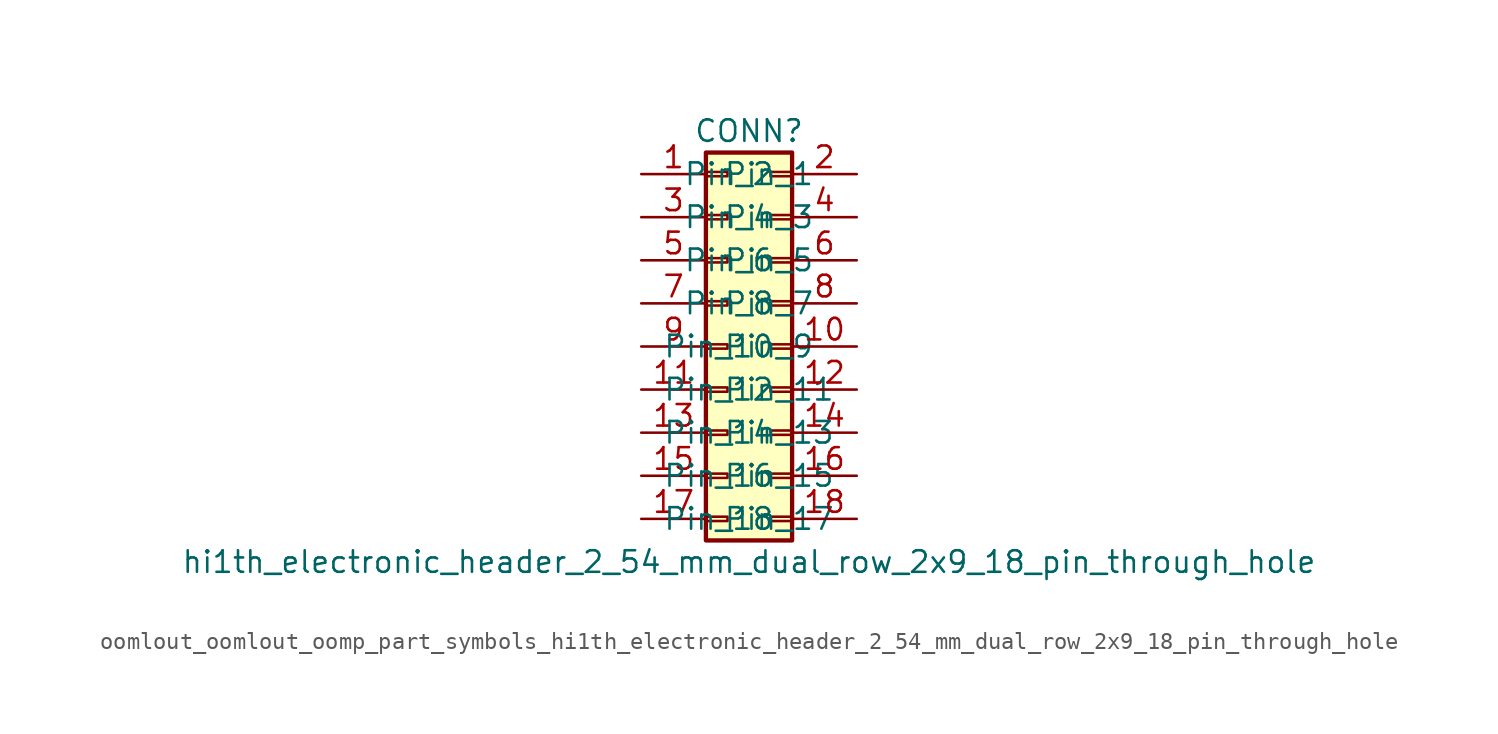
<source format=kicad_sym>
(kicad_symbol_lib
  (version 20220914)
  (generator kicad_symbol_editor)
  (symbol "oomlout_oomlout_oomp_part_symbols_hi1th_electronic_header_2_54_mm_dual_row_2x9_18_pin_through_hole"
    (pin_names
      (offset 1.016))
    (property "Reference" "CONN"
      (at 1.27 12.7 0)
      (effects (font (size 1.27 1.27))))
    (property "Value" "hi1th_electronic_header_2_54_mm_dual_row_2x9_18_pin_through_hole"
      (at 1.27 -12.7 0)
      (effects (font (size 1.27 1.27))))
    (symbol "oomlout_oomlout_oomp_part_symbols_hi1th_electronic_header_2_54_mm_dual_row_2x9_18_pin_through_hole_1_1"
      (rectangle (start -1.27 -10.033) (end 0 -10.287) (stroke (width 0.152) (type default)) (fill (type none)))
      (rectangle (start -1.27 -7.493) (end 0 -7.747) (stroke (width 0.152) (type default)) (fill (type none)))
      (rectangle (start -1.27 -4.953) (end 0 -5.207) (stroke (width 0.152) (type default)) (fill (type none)))
      (rectangle (start -1.27 -2.413) (end 0 -2.667) (stroke (width 0.152) (type default)) (fill (type none)))
      (rectangle (start -1.27 0.127) (end 0 -0.127) (stroke (width 0.152) (type default)) (fill (type none)))
      (rectangle (start -1.27 2.667) (end 0 2.413) (stroke (width 0.152) (type default)) (fill (type none)))
      (rectangle (start -1.27 5.207) (end 0 4.953) (stroke (width 0.152) (type default)) (fill (type none)))
      (rectangle (start -1.27 7.747) (end 0 7.493) (stroke (width 0.152) (type default)) (fill (type none)))
      (rectangle (start -1.27 10.287) (end 0 10.033) (stroke (width 0.152) (type default)) (fill (type none)))
      (rectangle (start -1.27 11.43) (end 3.81 -11.43) (stroke (width 0.254) (type default)) (fill (type background)))
      (rectangle (start 3.81 -10.033) (end 2.54 -10.287) (stroke (width 0.152) (type default)) (fill (type none)))
      (rectangle (start 3.81 -7.493) (end 2.54 -7.747) (stroke (width 0.152) (type default)) (fill (type none)))
      (rectangle (start 3.81 -4.953) (end 2.54 -5.207) (stroke (width 0.152) (type default)) (fill (type none)))
      (rectangle (start 3.81 -2.413) (end 2.54 -2.667) (stroke (width 0.152) (type default)) (fill (type none)))
      (rectangle (start 3.81 0.127) (end 2.54 -0.127) (stroke (width 0.152) (type default)) (fill (type none)))
      (rectangle (start 3.81 2.667) (end 2.54 2.413) (stroke (width 0.152) (type default)) (fill (type none)))
      (rectangle (start 3.81 5.207) (end 2.54 4.953) (stroke (width 0.152) (type default)) (fill (type none)))
      (rectangle (start 3.81 7.747) (end 2.54 7.493) (stroke (width 0.152) (type default)) (fill (type none)))
      (rectangle (start 3.81 10.287) (end 2.54 10.033) (stroke (width 0.152) (type default)) (fill (type none)))
      (pin passive line (at -5.08 10.16 0) (length 3.81) (name "Pin_1" (effects (font (size 1.27 1.27)))) (number "1" (effects (font (size 1.27 1.27)))))
      (pin passive line (at 7.62 0 180) (length 3.81) (name "Pin_10" (effects (font (size 1.27 1.27)))) (number "10" (effects (font (size 1.27 1.27)))))
      (pin passive line (at -5.08 -2.54 0) (length 3.81) (name "Pin_11" (effects (font (size 1.27 1.27)))) (number "11" (effects (font (size 1.27 1.27)))))
      (pin passive line (at 7.62 -2.54 180) (length 3.81) (name "Pin_12" (effects (font (size 1.27 1.27)))) (number "12" (effects (font (size 1.27 1.27)))))
      (pin passive line (at -5.08 -5.08 0) (length 3.81) (name "Pin_13" (effects (font (size 1.27 1.27)))) (number "13" (effects (font (size 1.27 1.27)))))
      (pin passive line (at 7.62 -5.08 180) (length 3.81) (name "Pin_14" (effects (font (size 1.27 1.27)))) (number "14" (effects (font (size 1.27 1.27)))))
      (pin passive line (at -5.08 -7.62 0) (length 3.81) (name "Pin_15" (effects (font (size 1.27 1.27)))) (number "15" (effects (font (size 1.27 1.27)))))
      (pin passive line (at 7.62 -7.62 180) (length 3.81) (name "Pin_16" (effects (font (size 1.27 1.27)))) (number "16" (effects (font (size 1.27 1.27)))))
      (pin passive line (at -5.08 -10.16 0) (length 3.81) (name "Pin_17" (effects (font (size 1.27 1.27)))) (number "17" (effects (font (size 1.27 1.27)))))
      (pin passive line (at 7.62 -10.16 180) (length 3.81) (name "Pin_18" (effects (font (size 1.27 1.27)))) (number "18" (effects (font (size 1.27 1.27)))))
      (pin passive line (at 7.62 10.16 180) (length 3.81) (name "Pin_2" (effects (font (size 1.27 1.27)))) (number "2" (effects (font (size 1.27 1.27)))))
      (pin passive line (at -5.08 7.62 0) (length 3.81) (name "Pin_3" (effects (font (size 1.27 1.27)))) (number "3" (effects (font (size 1.27 1.27)))))
      (pin passive line (at 7.62 7.62 180) (length 3.81) (name "Pin_4" (effects (font (size 1.27 1.27)))) (number "4" (effects (font (size 1.27 1.27)))))
      (pin passive line (at -5.08 5.08 0) (length 3.81) (name "Pin_5" (effects (font (size 1.27 1.27)))) (number "5" (effects (font (size 1.27 1.27)))))
      (pin passive line (at 7.62 5.08 180) (length 3.81) (name "Pin_6" (effects (font (size 1.27 1.27)))) (number "6" (effects (font (size 1.27 1.27)))))
      (pin passive line (at -5.08 2.54 0) (length 3.81) (name "Pin_7" (effects (font (size 1.27 1.27)))) (number "7" (effects (font (size 1.27 1.27)))))
      (pin passive line (at 7.62 2.54 180) (length 3.81) (name "Pin_8" (effects (font (size 1.27 1.27)))) (number "8" (effects (font (size 1.27 1.27)))))
      (pin passive line (at -5.08 0 0) (length 3.81) (name "Pin_9" (effects (font (size 1.27 1.27)))) (number "9" (effects (font (size 1.27 1.27))))))))
</source>
